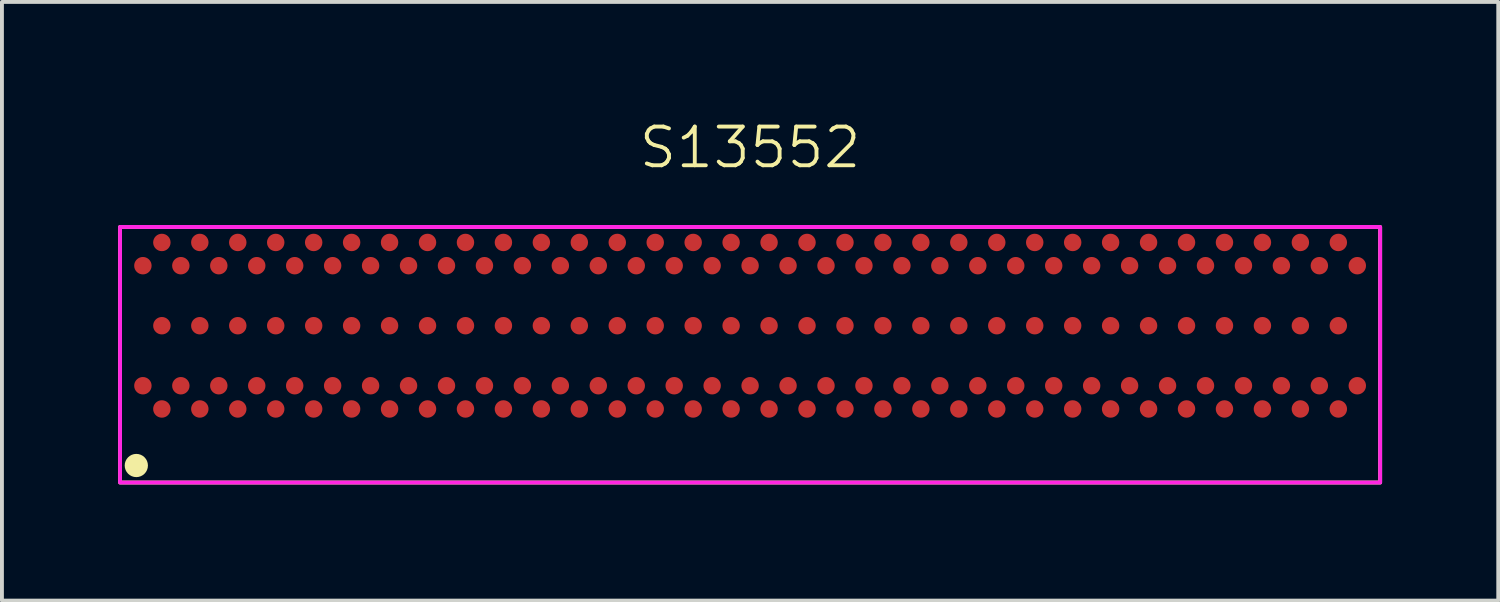
<source format=kicad_pcb>
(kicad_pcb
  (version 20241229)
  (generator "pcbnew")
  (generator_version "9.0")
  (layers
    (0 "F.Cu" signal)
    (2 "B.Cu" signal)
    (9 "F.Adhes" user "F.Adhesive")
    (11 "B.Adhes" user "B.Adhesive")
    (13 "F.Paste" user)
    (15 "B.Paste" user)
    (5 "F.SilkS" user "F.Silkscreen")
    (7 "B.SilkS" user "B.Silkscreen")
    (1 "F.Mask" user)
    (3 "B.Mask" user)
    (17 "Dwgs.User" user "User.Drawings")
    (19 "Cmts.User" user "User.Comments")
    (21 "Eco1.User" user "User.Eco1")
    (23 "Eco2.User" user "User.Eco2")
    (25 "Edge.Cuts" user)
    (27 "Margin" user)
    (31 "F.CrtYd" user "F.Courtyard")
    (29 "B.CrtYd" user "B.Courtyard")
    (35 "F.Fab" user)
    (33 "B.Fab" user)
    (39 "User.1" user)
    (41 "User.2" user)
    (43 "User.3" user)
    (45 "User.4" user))
  (footprint "S13552"
    (layer "F.Cu")
    (at 15.34 6.561)
    (property "Reference" "S13552" (at 0.98 -5.8 0) (unlocked yes) (layer "F.SilkS") (effects (font (size 1 1) (thickness 0.1))))
    (attr smd)
    (fp_rect (start -15.29 2.85) (end 17.25 -3.75) (stroke (width 0.1) (type default)) (fill no) (layer "F.SilkS"))
    (fp_circle (center -14.87 2.41) (end -14.62 2.41) (stroke (width 0.1) (type solid)) (fill yes) (layer "F.SilkS"))
    (fp_rect (start -15.29 2.85) (end 17.25 -3.75) (stroke (width 0.1) (type default)) (fill no) (layer "F.CrtYd"))
    (pad "1" smd circle (at -14.7 0.35) (size 0.45 0.45) (layers "F.Cu" "F.Mask" "F.Paste"))
    (pad "2" smd circle (at -14.21 -3.35) (size 0.45 0.45) (layers "F.Cu" "F.Mask" "F.Paste"))
    (pad "3" smd circle (at -14.21 0.95) (size 0.45 0.45) (layers "F.Cu" "F.Mask" "F.Paste"))
    (pad "4" smd circle (at -13.72 -2.75) (size 0.45 0.45) (layers "F.Cu" "F.Mask" "F.Paste"))
    (pad "5" smd circle (at -13.72 0.35) (size 0.45 0.45) (layers "F.Cu" "F.Mask" "F.Paste"))
    (pad "6" smd circle (at -13.23 -3.35) (size 0.45 0.45) (layers "F.Cu" "F.Mask" "F.Paste"))
    (pad "7" smd circle (at -13.23 0.95) (size 0.45 0.45) (layers "F.Cu" "F.Mask" "F.Paste"))
    (pad "8" smd circle (at -12.74 -2.75) (size 0.45 0.45) (layers "F.Cu" "F.Mask" "F.Paste"))
    (pad "9" smd circle (at -12.74 0.35) (size 0.45 0.45) (layers "F.Cu" "F.Mask" "F.Paste"))
    (pad "10" smd circle (at -12.25 -3.35) (size 0.45 0.45) (layers "F.Cu" "F.Mask" "F.Paste"))
    (pad "11" smd circle (at -12.25 0.95) (size 0.45 0.45) (layers "F.Cu" "F.Mask" "F.Paste"))
    (pad "12" smd circle (at -11.76 -2.75) (size 0.45 0.45) (layers "F.Cu" "F.Mask" "F.Paste"))
    (pad "13" smd circle (at -11.76 0.35) (size 0.45 0.45) (layers "F.Cu" "F.Mask" "F.Paste"))
    (pad "14" smd circle (at -11.27 -3.35) (size 0.45 0.45) (layers "F.Cu" "F.Mask" "F.Paste"))
    (pad "15" smd circle (at -11.27 0.95) (size 0.45 0.45) (layers "F.Cu" "F.Mask" "F.Paste"))
    (pad "16" smd circle (at -10.78 -2.75) (size 0.45 0.45) (layers "F.Cu" "F.Mask" "F.Paste"))
    (pad "17" smd circle (at -10.78 0.35) (size 0.45 0.45) (layers "F.Cu" "F.Mask" "F.Paste"))
    (pad "18" smd circle (at -10.29 -3.35) (size 0.45 0.45) (layers "F.Cu" "F.Mask" "F.Paste"))
    (pad "19" smd circle (at -10.29 0.95) (size 0.45 0.45) (layers "F.Cu" "F.Mask" "F.Paste"))
    (pad "20" smd circle (at -9.8 -2.75) (size 0.45 0.45) (layers "F.Cu" "F.Mask" "F.Paste"))
    (pad "21" smd circle (at -9.8 0.35) (size 0.45 0.45) (layers "F.Cu" "F.Mask" "F.Paste"))
    (pad "22" smd circle (at -9.31 -3.35) (size 0.45 0.45) (layers "F.Cu" "F.Mask" "F.Paste"))
    (pad "23" smd circle (at -9.31 0.95) (size 0.45 0.45) (layers "F.Cu" "F.Mask" "F.Paste"))
    (pad "24" smd circle (at -8.82 -2.75) (size 0.45 0.45) (layers "F.Cu" "F.Mask" "F.Paste"))
    (pad "25" smd circle (at -8.82 0.35) (size 0.45 0.45) (layers "F.Cu" "F.Mask" "F.Paste"))
    (pad "26" smd circle (at -8.33 -3.35) (size 0.45 0.45) (layers "F.Cu" "F.Mask" "F.Paste"))
    (pad "27" smd circle (at -8.33 0.95) (size 0.45 0.45) (layers "F.Cu" "F.Mask" "F.Paste"))
    (pad "28" smd circle (at -7.84 -2.75) (size 0.45 0.45) (layers "F.Cu" "F.Mask" "F.Paste"))
    (pad "29" smd circle (at -7.84 0.35) (size 0.45 0.45) (layers "F.Cu" "F.Mask" "F.Paste"))
    (pad "30" smd circle (at -7.35 -3.35) (size 0.45 0.45) (layers "F.Cu" "F.Mask" "F.Paste"))
    (pad "31" smd circle (at -7.35 0.95) (size 0.45 0.45) (layers "F.Cu" "F.Mask" "F.Paste"))
    (pad "32" smd circle (at -6.86 -2.75) (size 0.45 0.45) (layers "F.Cu" "F.Mask" "F.Paste"))
    (pad "33" smd circle (at -6.86 0.35) (size 0.45 0.45) (layers "F.Cu" "F.Mask" "F.Paste"))
    (pad "34" smd circle (at -6.37 -3.35) (size 0.45 0.45) (layers "F.Cu" "F.Mask" "F.Paste"))
    (pad "35" smd circle (at -6.37 0.95) (size 0.45 0.45) (layers "F.Cu" "F.Mask" "F.Paste"))
    (pad "36" smd circle (at -5.88 -2.75) (size 0.45 0.45) (layers "F.Cu" "F.Mask" "F.Paste"))
    (pad "37" smd circle (at -5.88 0.35) (size 0.45 0.45) (layers "F.Cu" "F.Mask" "F.Paste"))
    (pad "38" smd circle (at -5.39 -3.35) (size 0.45 0.45) (layers "F.Cu" "F.Mask" "F.Paste"))
    (pad "39" smd circle (at -5.39 0.95) (size 0.45 0.45) (layers "F.Cu" "F.Mask" "F.Paste"))
    (pad "40" smd circle (at -4.9 -2.75) (size 0.45 0.45) (layers "F.Cu" "F.Mask" "F.Paste"))
    (pad "41" smd circle (at -4.9 0.35) (size 0.45 0.45) (layers "F.Cu" "F.Mask" "F.Paste"))
    (pad "42" smd circle (at -4.41 -3.35) (size 0.45 0.45) (layers "F.Cu" "F.Mask" "F.Paste"))
    (pad "43" smd circle (at -4.41 0.95) (size 0.45 0.45) (layers "F.Cu" "F.Mask" "F.Paste"))
    (pad "44" smd circle (at -3.92 -2.75) (size 0.45 0.45) (layers "F.Cu" "F.Mask" "F.Paste"))
    (pad "45" smd circle (at -3.92 0.35) (size 0.45 0.45) (layers "F.Cu" "F.Mask" "F.Paste"))
    (pad "46" smd circle (at -3.43 -3.35) (size 0.45 0.45) (layers "F.Cu" "F.Mask" "F.Paste"))
    (pad "47" smd circle (at -3.43 0.95) (size 0.45 0.45) (layers "F.Cu" "F.Mask" "F.Paste"))
    (pad "48" smd circle (at -2.94 -2.75) (size 0.45 0.45) (layers "F.Cu" "F.Mask" "F.Paste"))
    (pad "49" smd circle (at -2.94 0.35) (size 0.45 0.45) (layers "F.Cu" "F.Mask" "F.Paste"))
    (pad "50" smd circle (at -2.45 -3.35) (size 0.45 0.45) (layers "F.Cu" "F.Mask" "F.Paste"))
    (pad "51" smd circle (at -2.45 0.95) (size 0.45 0.45) (layers "F.Cu" "F.Mask" "F.Paste"))
    (pad "52" smd circle (at -1.96 -2.75) (size 0.45 0.45) (layers "F.Cu" "F.Mask" "F.Paste"))
    (pad "53" smd circle (at -1.96 0.35) (size 0.45 0.45) (layers "F.Cu" "F.Mask" "F.Paste"))
    (pad "54" smd circle (at -1.47 -3.35) (size 0.45 0.45) (layers "F.Cu" "F.Mask" "F.Paste"))
    (pad "55" smd circle (at -1.47 0.95) (size 0.45 0.45) (layers "F.Cu" "F.Mask" "F.Paste"))
    (pad "56" smd circle (at -0.98 -2.75) (size 0.45 0.45) (layers "F.Cu" "F.Mask" "F.Paste"))
    (pad "57" smd circle (at -0.98 0.35) (size 0.45 0.45) (layers "F.Cu" "F.Mask" "F.Paste"))
    (pad "58" smd circle (at -0.49 -3.35) (size 0.45 0.45) (layers "F.Cu" "F.Mask" "F.Paste"))
    (pad "59" smd circle (at -0.49 0.95) (size 0.45 0.45) (layers "F.Cu" "F.Mask" "F.Paste"))
    (pad "60" smd circle (at 0 -2.75) (size 0.45 0.45) (layers "F.Cu" "F.Mask" "F.Paste"))
    (pad "61" smd circle (at 0 0.35) (size 0.45 0.45) (layers "F.Cu" "F.Mask" "F.Paste"))
    (pad "62" smd circle (at 0.49 -3.35) (size 0.45 0.45) (layers "F.Cu" "F.Mask" "F.Paste"))
    (pad "63" smd circle (at 0.49 0.95) (size 0.45 0.45) (layers "F.Cu" "F.Mask" "F.Paste"))
    (pad "64" smd circle (at 0.98 -2.75) (size 0.45 0.45) (layers "F.Cu" "F.Mask" "F.Paste"))
    (pad "65" smd circle (at 0.98 0.35) (size 0.45 0.45) (layers "F.Cu" "F.Mask" "F.Paste"))
    (pad "66" smd circle (at 1.47 -3.35) (size 0.45 0.45) (layers "F.Cu" "F.Mask" "F.Paste"))
    (pad "67" smd circle (at 1.47 0.95) (size 0.45 0.45) (layers "F.Cu" "F.Mask" "F.Paste"))
    (pad "68" smd circle (at 1.96 -2.75) (size 0.45 0.45) (layers "F.Cu" "F.Mask" "F.Paste"))
    (pad "69" smd circle (at 1.96 0.35) (size 0.45 0.45) (layers "F.Cu" "F.Mask" "F.Paste"))
    (pad "70" smd circle (at 2.45 -3.35) (size 0.45 0.45) (layers "F.Cu" "F.Mask" "F.Paste"))
    (pad "71" smd circle (at 2.45 0.95) (size 0.45 0.45) (layers "F.Cu" "F.Mask" "F.Paste"))
    (pad "72" smd circle (at 2.94 -2.75) (size 0.45 0.45) (layers "F.Cu" "F.Mask" "F.Paste"))
    (pad "73" smd circle (at 2.94 0.35) (size 0.45 0.45) (layers "F.Cu" "F.Mask" "F.Paste"))
    (pad "74" smd circle (at 3.43 -3.35) (size 0.45 0.45) (layers "F.Cu" "F.Mask" "F.Paste"))
    (pad "75" smd circle (at 3.43 0.95) (size 0.45 0.45) (layers "F.Cu" "F.Mask" "F.Paste"))
    (pad "76" smd circle (at 3.92 -2.75) (size 0.45 0.45) (layers "F.Cu" "F.Mask" "F.Paste"))
    (pad "77" smd circle (at 3.92 0.35) (size 0.45 0.45) (layers "F.Cu" "F.Mask" "F.Paste"))
    (pad "78" smd circle (at 4.41 -3.35) (size 0.45 0.45) (layers "F.Cu" "F.Mask" "F.Paste"))
    (pad "79" smd circle (at 4.41 0.95) (size 0.45 0.45) (layers "F.Cu" "F.Mask" "F.Paste"))
    (pad "80" smd circle (at 4.9 -2.75) (size 0.45 0.45) (layers "F.Cu" "F.Mask" "F.Paste"))
    (pad "81" smd circle (at 4.9 0.35) (size 0.45 0.45) (layers "F.Cu" "F.Mask" "F.Paste"))
    (pad "82" smd circle (at 5.39 -3.35) (size 0.45 0.45) (layers "F.Cu" "F.Mask" "F.Paste"))
    (pad "83" smd circle (at 5.39 0.95) (size 0.45 0.45) (layers "F.Cu" "F.Mask" "F.Paste"))
    (pad "84" smd circle (at 5.88 -2.75) (size 0.45 0.45) (layers "F.Cu" "F.Mask" "F.Paste"))
    (pad "85" smd circle (at 5.88 0.35) (size 0.45 0.45) (layers "F.Cu" "F.Mask" "F.Paste"))
    (pad "86" smd circle (at 6.37 -3.35) (size 0.45 0.45) (layers "F.Cu" "F.Mask" "F.Paste"))
    (pad "87" smd circle (at 6.37 0.95) (size 0.45 0.45) (layers "F.Cu" "F.Mask" "F.Paste"))
    (pad "88" smd circle (at 6.86 -2.75) (size 0.45 0.45) (layers "F.Cu" "F.Mask" "F.Paste"))
    (pad "89" smd circle (at 6.86 0.35) (size 0.45 0.45) (layers "F.Cu" "F.Mask" "F.Paste"))
    (pad "90" smd circle (at 7.35 -3.35) (size 0.45 0.45) (layers "F.Cu" "F.Mask" "F.Paste"))
    (pad "91" smd circle (at 7.35 0.95) (size 0.45 0.45) (layers "F.Cu" "F.Mask" "F.Paste"))
    (pad "92" smd circle (at 7.84 -2.75) (size 0.45 0.45) (layers "F.Cu" "F.Mask" "F.Paste"))
    (pad "93" smd circle (at 7.84 0.35) (size 0.45 0.45) (layers "F.Cu" "F.Mask" "F.Paste"))
    (pad "94" smd circle (at 8.33 -3.35) (size 0.45 0.45) (layers "F.Cu" "F.Mask" "F.Paste"))
    (pad "95" smd circle (at 8.33 0.95) (size 0.45 0.45) (layers "F.Cu" "F.Mask" "F.Paste"))
    (pad "96" smd circle (at 8.82 -2.75) (size 0.45 0.45) (layers "F.Cu" "F.Mask" "F.Paste"))
    (pad "97" smd circle (at 8.82 0.35) (size 0.45 0.45) (layers "F.Cu" "F.Mask" "F.Paste"))
    (pad "98" smd circle (at 9.31 -3.35) (size 0.45 0.45) (layers "F.Cu" "F.Mask" "F.Paste"))
    (pad "99" smd circle (at 9.31 0.95) (size 0.45 0.45) (layers "F.Cu" "F.Mask" "F.Paste"))
    (pad "100" smd circle (at 9.8 -2.75) (size 0.45 0.45) (layers "F.Cu" "F.Mask" "F.Paste"))
    (pad "101" smd circle (at 9.8 0.35) (size 0.45 0.45) (layers "F.Cu" "F.Mask" "F.Paste"))
    (pad "102" smd circle (at 10.29 -3.35) (size 0.45 0.45) (layers "F.Cu" "F.Mask" "F.Paste"))
    (pad "103" smd circle (at 10.29 0.95) (size 0.45 0.45) (layers "F.Cu" "F.Mask" "F.Paste"))
    (pad "104" smd circle (at 10.78 -2.75) (size 0.45 0.45) (layers "F.Cu" "F.Mask" "F.Paste"))
    (pad "105" smd circle (at 10.78 0.35) (size 0.45 0.45) (layers "F.Cu" "F.Mask" "F.Paste"))
    (pad "106" smd circle (at 11.27 -3.35) (size 0.45 0.45) (layers "F.Cu" "F.Mask" "F.Paste"))
    (pad "107" smd circle (at 11.27 0.95) (size 0.45 0.45) (layers "F.Cu" "F.Mask" "F.Paste"))
    (pad "108" smd circle (at 11.76 -2.75) (size 0.45 0.45) (layers "F.Cu" "F.Mask" "F.Paste"))
    (pad "109" smd circle (at 11.76 0.35) (size 0.45 0.45) (layers "F.Cu" "F.Mask" "F.Paste"))
    (pad "110" smd circle (at 12.25 -3.35) (size 0.45 0.45) (layers "F.Cu" "F.Mask" "F.Paste"))
    (pad "111" smd circle (at 12.25 0.95) (size 0.45 0.45) (layers "F.Cu" "F.Mask" "F.Paste"))
    (pad "112" smd circle (at 12.74 -2.75) (size 0.45 0.45) (layers "F.Cu" "F.Mask" "F.Paste"))
    (pad "113" smd circle (at 12.74 0.35) (size 0.45 0.45) (layers "F.Cu" "F.Mask" "F.Paste"))
    (pad "114" smd circle (at 13.23 -3.35) (size 0.45 0.45) (layers "F.Cu" "F.Mask" "F.Paste"))
    (pad "115" smd circle (at 13.23 0.95) (size 0.45 0.45) (layers "F.Cu" "F.Mask" "F.Paste"))
    (pad "116" smd circle (at 13.72 -2.75) (size 0.45 0.45) (layers "F.Cu" "F.Mask" "F.Paste"))
    (pad "117" smd circle (at 13.72 0.35) (size 0.45 0.45) (layers "F.Cu" "F.Mask" "F.Paste"))
    (pad "118" smd circle (at 14.21 -3.35) (size 0.45 0.45) (layers "F.Cu" "F.Mask" "F.Paste"))
    (pad "119" smd circle (at 14.21 0.95) (size 0.45 0.45) (layers "F.Cu" "F.Mask" "F.Paste"))
    (pad "120" smd circle (at 14.7 -2.75) (size 0.45 0.45) (layers "F.Cu" "F.Mask" "F.Paste"))
    (pad "121" smd circle (at 14.7 0.35) (size 0.45 0.45) (layers "F.Cu" "F.Mask" "F.Paste"))
    (pad "122" smd circle (at 15.19 -3.35) (size 0.45 0.45) (layers "F.Cu" "F.Mask" "F.Paste"))
    (pad "123" smd circle (at 15.19 0.95) (size 0.45 0.45) (layers "F.Cu" "F.Mask" "F.Paste"))
    (pad "124" smd circle (at 15.68 -2.75) (size 0.45 0.45) (layers "F.Cu" "F.Mask" "F.Paste"))
    (pad "125" smd circle (at 15.68 0.35) (size 0.45 0.45) (layers "F.Cu" "F.Mask" "F.Paste"))
    (pad "126" smd circle (at 16.17 -3.35) (size 0.45 0.45) (layers "F.Cu" "F.Mask" "F.Paste"))
    (pad "127" smd circle (at 16.17 0.95) (size 0.45 0.45) (layers "F.Cu" "F.Mask" "F.Paste"))
    (pad "128" smd circle (at 16.66 -2.75) (size 0.45 0.45) (layers "F.Cu" "F.Mask" "F.Paste"))
    (pad "129" smd circle (at -14.7 -2.75) (size 0.45 0.45) (layers "F.Cu" "F.Mask" "F.Paste"))
    (pad "130" smd circle (at -14.21 -1.2) (size 0.45 0.45) (layers "F.Cu" "F.Mask" "F.Paste"))
    (pad "131" smd circle (at -13.23 -1.2) (size 0.45 0.45) (layers "F.Cu" "F.Mask" "F.Paste"))
    (pad "132" smd circle (at -12.25 -1.2) (size 0.45 0.45) (layers "F.Cu" "F.Mask" "F.Paste"))
    (pad "133" smd circle (at -11.27 -1.2) (size 0.45 0.45) (layers "F.Cu" "F.Mask" "F.Paste"))
    (pad "134" smd circle (at -10.29 -1.2) (size 0.45 0.45) (layers "F.Cu" "F.Mask" "F.Paste"))
    (pad "135" smd circle (at -9.31 -1.2) (size 0.45 0.45) (layers "F.Cu" "F.Mask" "F.Paste"))
    (pad "136" smd circle (at -8.33 -1.2) (size 0.45 0.45) (layers "F.Cu" "F.Mask" "F.Paste"))
    (pad "137" smd circle (at -7.35 -1.2) (size 0.45 0.45) (layers "F.Cu" "F.Mask" "F.Paste"))
    (pad "138" smd circle (at -6.37 -1.2) (size 0.45 0.45) (layers "F.Cu" "F.Mask" "F.Paste"))
    (pad "139" smd circle (at -5.39 -1.2) (size 0.45 0.45) (layers "F.Cu" "F.Mask" "F.Paste"))
    (pad "140" smd circle (at -4.41 -1.2) (size 0.45 0.45) (layers "F.Cu" "F.Mask" "F.Paste"))
    (pad "141" smd circle (at -3.43 -1.2) (size 0.45 0.45) (layers "F.Cu" "F.Mask" "F.Paste"))
    (pad "142" smd circle (at -2.45 -1.2) (size 0.45 0.45) (layers "F.Cu" "F.Mask" "F.Paste"))
    (pad "143" smd circle (at -1.47 -1.2) (size 0.45 0.45) (layers "F.Cu" "F.Mask" "F.Paste"))
    (pad "144" smd circle (at -0.49 -1.2) (size 0.45 0.45) (layers "F.Cu" "F.Mask" "F.Paste"))
    (pad "145" smd circle (at 0.49 -1.2) (size 0.45 0.45) (layers "F.Cu" "F.Mask" "F.Paste"))
    (pad "146" smd circle (at 1.47 -1.2) (size 0.45 0.45) (layers "F.Cu" "F.Mask" "F.Paste"))
    (pad "147" smd circle (at 2.45 -1.2) (size 0.45 0.45) (layers "F.Cu" "F.Mask" "F.Paste"))
    (pad "148" smd circle (at 3.43 -1.2) (size 0.45 0.45) (layers "F.Cu" "F.Mask" "F.Paste"))
    (pad "149" smd circle (at 4.41 -1.2) (size 0.45 0.45) (layers "F.Cu" "F.Mask" "F.Paste"))
    (pad "150" smd circle (at 5.39 -1.2) (size 0.45 0.45) (layers "F.Cu" "F.Mask" "F.Paste"))
    (pad "151" smd circle (at 6.37 -1.2) (size 0.45 0.45) (layers "F.Cu" "F.Mask" "F.Paste"))
    (pad "152" smd circle (at 7.35 -1.2) (size 0.45 0.45) (layers "F.Cu" "F.Mask" "F.Paste"))
    (pad "153" smd circle (at 8.33 -1.2) (size 0.45 0.45) (layers "F.Cu" "F.Mask" "F.Paste"))
    (pad "154" smd circle (at 9.31 -1.2) (size 0.45 0.45) (layers "F.Cu" "F.Mask" "F.Paste"))
    (pad "155" smd circle (at 10.29 -1.2) (size 0.45 0.45) (layers "F.Cu" "F.Mask" "F.Paste"))
    (pad "156" smd circle (at 11.27 -1.2) (size 0.45 0.45) (layers "F.Cu" "F.Mask" "F.Paste"))
    (pad "157" smd circle (at 12.25 -1.2) (size 0.45 0.45) (layers "F.Cu" "F.Mask" "F.Paste"))
    (pad "158" smd circle (at 13.23 -1.2) (size 0.45 0.45) (layers "F.Cu" "F.Mask" "F.Paste"))
    (pad "159" smd circle (at 14.21 -1.2) (size 0.45 0.45) (layers "F.Cu" "F.Mask" "F.Paste"))
    (pad "160" smd circle (at 15.19 -1.2) (size 0.45 0.45) (layers "F.Cu" "F.Mask" "F.Paste"))
    (pad "161" smd circle (at 16.17 -1.2) (size 0.45 0.45) (layers "F.Cu" "F.Mask" "F.Paste"))
    (pad "162" smd circle (at 16.66 0.35) (size 0.45 0.45) (layers "F.Cu" "F.Mask" "F.Paste")))
  (gr_rect
    (start -3 -3)
    (end 35.64 12.46)
    (stroke (width 0.1) (type default))
    (fill no)
    (layer "Edge.Cuts")))
</source>
